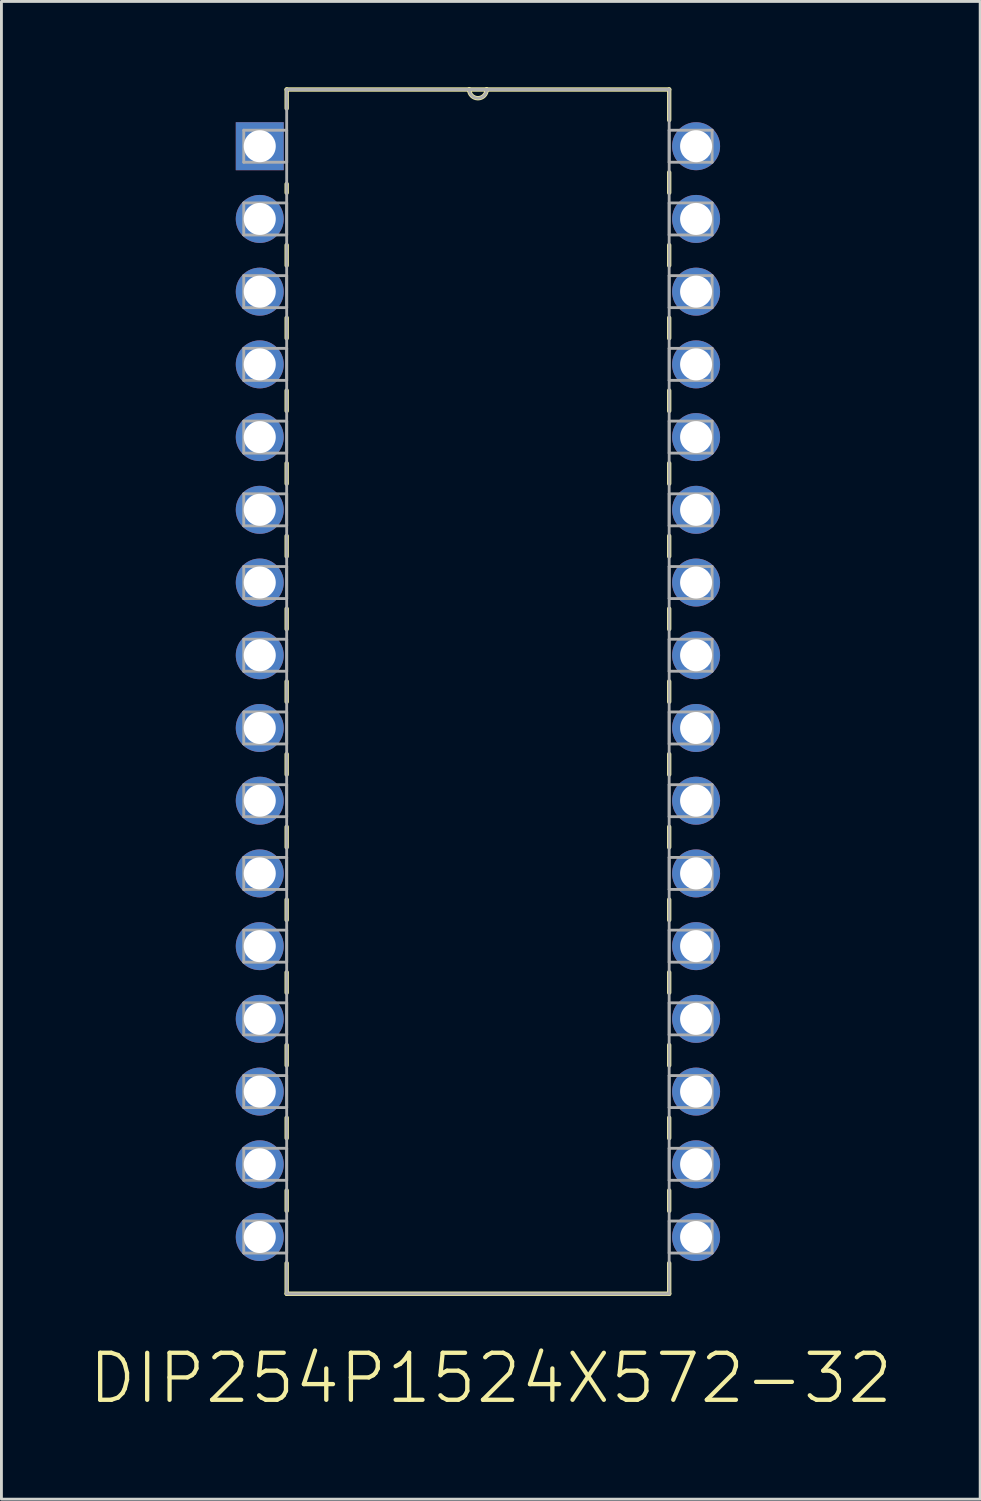
<source format=kicad_pcb>
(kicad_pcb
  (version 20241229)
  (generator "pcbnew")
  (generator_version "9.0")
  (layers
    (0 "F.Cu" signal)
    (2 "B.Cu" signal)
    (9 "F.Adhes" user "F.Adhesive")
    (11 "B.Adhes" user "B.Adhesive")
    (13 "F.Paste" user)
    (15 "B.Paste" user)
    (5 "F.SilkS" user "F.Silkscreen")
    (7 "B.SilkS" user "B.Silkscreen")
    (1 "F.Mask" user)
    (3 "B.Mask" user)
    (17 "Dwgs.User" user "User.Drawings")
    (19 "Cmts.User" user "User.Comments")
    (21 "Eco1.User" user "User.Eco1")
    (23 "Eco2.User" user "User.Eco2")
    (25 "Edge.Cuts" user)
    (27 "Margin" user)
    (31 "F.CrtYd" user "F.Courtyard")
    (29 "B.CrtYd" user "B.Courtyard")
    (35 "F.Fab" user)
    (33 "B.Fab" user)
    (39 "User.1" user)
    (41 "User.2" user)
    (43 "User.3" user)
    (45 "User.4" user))
  (footprint "DIP254P1524X572-32"
    (layer "F.Cu")
    (at 21.263 40.157)
    (property "Reference" "DIP254P1524X572-32" (at -7.17 4.933 0) (layer "F.SilkS") (effects (font (size 1.642 1.642) (thickness 0.15))))
    (attr through_hole)
    (fp_line (start -14.3 -40.081) (end -14.3 -39.421) (stroke (width 0.152) (type solid)) (layer "F.SilkS"))
    (fp_line (start -14.3 -36.779) (end -14.3 -36.474) (stroke (width 0.152) (type solid)) (layer "F.SilkS"))
    (fp_line (start -14.3 -34.646) (end -14.3 -33.934) (stroke (width 0.152) (type solid)) (layer "F.SilkS"))
    (fp_line (start -14.3 -32.106) (end -14.3 -31.394) (stroke (width 0.152) (type solid)) (layer "F.SilkS"))
    (fp_line (start -14.3 -29.566) (end -14.3 -28.854) (stroke (width 0.152) (type solid)) (layer "F.SilkS"))
    (fp_line (start -14.3 -27.026) (end -14.3 -26.314) (stroke (width 0.152) (type solid)) (layer "F.SilkS"))
    (fp_line (start -14.3 -24.486) (end -14.3 -23.774) (stroke (width 0.152) (type solid)) (layer "F.SilkS"))
    (fp_line (start -14.3 -21.946) (end -14.3 -21.234) (stroke (width 0.152) (type solid)) (layer "F.SilkS"))
    (fp_line (start -14.3 -19.406) (end -14.3 -18.694) (stroke (width 0.152) (type solid)) (layer "F.SilkS"))
    (fp_line (start -14.3 -16.866) (end -14.3 -16.154) (stroke (width 0.152) (type solid)) (layer "F.SilkS"))
    (fp_line (start -14.3 -14.326) (end -14.3 -13.614) (stroke (width 0.152) (type solid)) (layer "F.SilkS"))
    (fp_line (start -14.3 -11.786) (end -14.3 -11.074) (stroke (width 0.152) (type solid)) (layer "F.SilkS"))
    (fp_line (start -14.3 -9.246) (end -14.3 -8.534) (stroke (width 0.152) (type solid)) (layer "F.SilkS"))
    (fp_line (start -14.3 -6.706) (end -14.3 -5.994) (stroke (width 0.152) (type solid)) (layer "F.SilkS"))
    (fp_line (start -14.3 -4.166) (end -14.3 -3.454) (stroke (width 0.152) (type solid)) (layer "F.SilkS"))
    (fp_line (start -14.3 -1.626) (end -14.3 -0.914) (stroke (width 0.152) (type solid)) (layer "F.SilkS"))
    (fp_line (start -14.3 0.914) (end -14.3 1.981) (stroke (width 0.152) (type solid)) (layer "F.SilkS"))
    (fp_line (start -14.3 1.981) (end -0.94 1.981) (stroke (width 0.152) (type solid)) (layer "F.SilkS"))
    (fp_line (start -7.925 -40.081) (end -14.3 -40.081) (stroke (width 0.152) (type solid)) (layer "F.SilkS"))
    (fp_line (start -7.315 -40.081) (end -7.925 -40.081) (stroke (width 0.152) (type solid)) (layer "F.SilkS"))
    (fp_line (start -0.94 -40.081) (end -7.315 -40.081) (stroke (width 0.152) (type solid)) (layer "F.SilkS"))
    (fp_line (start -0.94 -39.014) (end -0.94 -40.081) (stroke (width 0.152) (type solid)) (layer "F.SilkS"))
    (fp_line (start -0.94 -36.474) (end -0.94 -37.186) (stroke (width 0.152) (type solid)) (layer "F.SilkS"))
    (fp_line (start -0.94 -33.934) (end -0.94 -34.646) (stroke (width 0.152) (type solid)) (layer "F.SilkS"))
    (fp_line (start -0.94 -31.394) (end -0.94 -32.106) (stroke (width 0.152) (type solid)) (layer "F.SilkS"))
    (fp_line (start -0.94 -28.854) (end -0.94 -29.566) (stroke (width 0.152) (type solid)) (layer "F.SilkS"))
    (fp_line (start -0.94 -26.314) (end -0.94 -27.026) (stroke (width 0.152) (type solid)) (layer "F.SilkS"))
    (fp_line (start -0.94 -23.774) (end -0.94 -24.486) (stroke (width 0.152) (type solid)) (layer "F.SilkS"))
    (fp_line (start -0.94 -21.234) (end -0.94 -21.946) (stroke (width 0.152) (type solid)) (layer "F.SilkS"))
    (fp_line (start -0.94 -18.694) (end -0.94 -19.406) (stroke (width 0.152) (type solid)) (layer "F.SilkS"))
    (fp_line (start -0.94 -16.154) (end -0.94 -16.866) (stroke (width 0.152) (type solid)) (layer "F.SilkS"))
    (fp_line (start -0.94 -13.614) (end -0.94 -14.326) (stroke (width 0.152) (type solid)) (layer "F.SilkS"))
    (fp_line (start -0.94 -11.074) (end -0.94 -11.786) (stroke (width 0.152) (type solid)) (layer "F.SilkS"))
    (fp_line (start -0.94 -8.534) (end -0.94 -9.246) (stroke (width 0.152) (type solid)) (layer "F.SilkS"))
    (fp_line (start -0.94 -5.994) (end -0.94 -6.706) (stroke (width 0.152) (type solid)) (layer "F.SilkS"))
    (fp_line (start -0.94 -3.454) (end -0.94 -4.166) (stroke (width 0.152) (type solid)) (layer "F.SilkS"))
    (fp_line (start -0.94 -0.914) (end -0.94 -1.626) (stroke (width 0.152) (type solid)) (layer "F.SilkS"))
    (fp_line (start -0.94 1.981) (end -0.94 0.914) (stroke (width 0.152) (type solid)) (layer "F.SilkS"))
    (fp_arc (start -7.3152 -40.0812) (mid -7.62 -39.7764) (end -7.9248 -40.0812) (stroke (width 0.1524) (type solid)) (layer "F.SilkS"))
    (fp_line (start -15.799 -38.659) (end -15.799 -37.541) (stroke (width 0.1) (type solid)) (layer "F.Fab"))
    (fp_line (start -15.799 -37.541) (end -14.3 -37.541) (stroke (width 0.1) (type solid)) (layer "F.Fab"))
    (fp_line (start -15.799 -36.119) (end -15.799 -35.001) (stroke (width 0.1) (type solid)) (layer "F.Fab"))
    (fp_line (start -15.799 -35.001) (end -14.3 -35.001) (stroke (width 0.1) (type solid)) (layer "F.Fab"))
    (fp_line (start -15.799 -33.579) (end -15.799 -32.461) (stroke (width 0.1) (type solid)) (layer "F.Fab"))
    (fp_line (start -15.799 -32.461) (end -14.3 -32.461) (stroke (width 0.1) (type solid)) (layer "F.Fab"))
    (fp_line (start -15.799 -31.039) (end -15.799 -29.921) (stroke (width 0.1) (type solid)) (layer "F.Fab"))
    (fp_line (start -15.799 -29.921) (end -14.3 -29.921) (stroke (width 0.1) (type solid)) (layer "F.Fab"))
    (fp_line (start -15.799 -28.499) (end -15.799 -27.381) (stroke (width 0.1) (type solid)) (layer "F.Fab"))
    (fp_line (start -15.799 -27.381) (end -14.3 -27.381) (stroke (width 0.1) (type solid)) (layer "F.Fab"))
    (fp_line (start -15.799 -25.959) (end -15.799 -24.841) (stroke (width 0.1) (type solid)) (layer "F.Fab"))
    (fp_line (start -15.799 -24.841) (end -14.3 -24.841) (stroke (width 0.1) (type solid)) (layer "F.Fab"))
    (fp_line (start -15.799 -23.419) (end -15.799 -22.301) (stroke (width 0.1) (type solid)) (layer "F.Fab"))
    (fp_line (start -15.799 -22.301) (end -14.3 -22.301) (stroke (width 0.1) (type solid)) (layer "F.Fab"))
    (fp_line (start -15.799 -20.879) (end -15.799 -19.761) (stroke (width 0.1) (type solid)) (layer "F.Fab"))
    (fp_line (start -15.799 -19.761) (end -14.3 -19.761) (stroke (width 0.1) (type solid)) (layer "F.Fab"))
    (fp_line (start -15.799 -18.339) (end -15.799 -17.221) (stroke (width 0.1) (type solid)) (layer "F.Fab"))
    (fp_line (start -15.799 -17.221) (end -14.3 -17.221) (stroke (width 0.1) (type solid)) (layer "F.Fab"))
    (fp_line (start -15.799 -15.799) (end -15.799 -14.681) (stroke (width 0.1) (type solid)) (layer "F.Fab"))
    (fp_line (start -15.799 -14.681) (end -14.3 -14.681) (stroke (width 0.1) (type solid)) (layer "F.Fab"))
    (fp_line (start -15.799 -13.259) (end -15.799 -12.141) (stroke (width 0.1) (type solid)) (layer "F.Fab"))
    (fp_line (start -15.799 -12.141) (end -14.3 -12.141) (stroke (width 0.1) (type solid)) (layer "F.Fab"))
    (fp_line (start -15.799 -10.719) (end -15.799 -9.601) (stroke (width 0.1) (type solid)) (layer "F.Fab"))
    (fp_line (start -15.799 -9.601) (end -14.3 -9.601) (stroke (width 0.1) (type solid)) (layer "F.Fab"))
    (fp_line (start -15.799 -8.179) (end -15.799 -7.061) (stroke (width 0.1) (type solid)) (layer "F.Fab"))
    (fp_line (start -15.799 -7.061) (end -14.3 -7.061) (stroke (width 0.1) (type solid)) (layer "F.Fab"))
    (fp_line (start -15.799 -5.639) (end -15.799 -4.521) (stroke (width 0.1) (type solid)) (layer "F.Fab"))
    (fp_line (start -15.799 -4.521) (end -14.3 -4.521) (stroke (width 0.1) (type solid)) (layer "F.Fab"))
    (fp_line (start -15.799 -3.099) (end -15.799 -1.981) (stroke (width 0.1) (type solid)) (layer "F.Fab"))
    (fp_line (start -15.799 -1.981) (end -14.3 -1.981) (stroke (width 0.1) (type solid)) (layer "F.Fab"))
    (fp_line (start -15.799 -0.559) (end -15.799 0.559) (stroke (width 0.1) (type solid)) (layer "F.Fab"))
    (fp_line (start -15.799 0.559) (end -14.3 0.559) (stroke (width 0.1) (type solid)) (layer "F.Fab"))
    (fp_line (start -14.3 -40.081) (end -14.3 1.981) (stroke (width 0.1) (type solid)) (layer "F.Fab"))
    (fp_line (start -14.3 -38.659) (end -15.799 -38.659) (stroke (width 0.1) (type solid)) (layer "F.Fab"))
    (fp_line (start -14.3 -37.541) (end -14.3 -38.659) (stroke (width 0.1) (type solid)) (layer "F.Fab"))
    (fp_line (start -14.3 -36.119) (end -15.799 -36.119) (stroke (width 0.1) (type solid)) (layer "F.Fab"))
    (fp_line (start -14.3 -35.001) (end -14.3 -36.119) (stroke (width 0.1) (type solid)) (layer "F.Fab"))
    (fp_line (start -14.3 -33.579) (end -15.799 -33.579) (stroke (width 0.1) (type solid)) (layer "F.Fab"))
    (fp_line (start -14.3 -32.461) (end -14.3 -33.579) (stroke (width 0.1) (type solid)) (layer "F.Fab"))
    (fp_line (start -14.3 -31.039) (end -15.799 -31.039) (stroke (width 0.1) (type solid)) (layer "F.Fab"))
    (fp_line (start -14.3 -29.921) (end -14.3 -31.039) (stroke (width 0.1) (type solid)) (layer "F.Fab"))
    (fp_line (start -14.3 -28.499) (end -15.799 -28.499) (stroke (width 0.1) (type solid)) (layer "F.Fab"))
    (fp_line (start -14.3 -27.381) (end -14.3 -28.499) (stroke (width 0.1) (type solid)) (layer "F.Fab"))
    (fp_line (start -14.3 -25.959) (end -15.799 -25.959) (stroke (width 0.1) (type solid)) (layer "F.Fab"))
    (fp_line (start -14.3 -24.841) (end -14.3 -25.959) (stroke (width 0.1) (type solid)) (layer "F.Fab"))
    (fp_line (start -14.3 -23.419) (end -15.799 -23.419) (stroke (width 0.1) (type solid)) (layer "F.Fab"))
    (fp_line (start -14.3 -22.301) (end -14.3 -23.419) (stroke (width 0.1) (type solid)) (layer "F.Fab"))
    (fp_line (start -14.3 -20.879) (end -15.799 -20.879) (stroke (width 0.1) (type solid)) (layer "F.Fab"))
    (fp_line (start -14.3 -19.761) (end -14.3 -20.879) (stroke (width 0.1) (type solid)) (layer "F.Fab"))
    (fp_line (start -14.3 -18.339) (end -15.799 -18.339) (stroke (width 0.1) (type solid)) (layer "F.Fab"))
    (fp_line (start -14.3 -17.221) (end -14.3 -18.339) (stroke (width 0.1) (type solid)) (layer "F.Fab"))
    (fp_line (start -14.3 -15.799) (end -15.799 -15.799) (stroke (width 0.1) (type solid)) (layer "F.Fab"))
    (fp_line (start -14.3 -14.681) (end -14.3 -15.799) (stroke (width 0.1) (type solid)) (layer "F.Fab"))
    (fp_line (start -14.3 -13.259) (end -15.799 -13.259) (stroke (width 0.1) (type solid)) (layer "F.Fab"))
    (fp_line (start -14.3 -12.141) (end -14.3 -13.259) (stroke (width 0.1) (type solid)) (layer "F.Fab"))
    (fp_line (start -14.3 -10.719) (end -15.799 -10.719) (stroke (width 0.1) (type solid)) (layer "F.Fab"))
    (fp_line (start -14.3 -9.601) (end -14.3 -10.719) (stroke (width 0.1) (type solid)) (layer "F.Fab"))
    (fp_line (start -14.3 -8.179) (end -15.799 -8.179) (stroke (width 0.1) (type solid)) (layer "F.Fab"))
    (fp_line (start -14.3 -7.061) (end -14.3 -8.179) (stroke (width 0.1) (type solid)) (layer "F.Fab"))
    (fp_line (start -14.3 -5.639) (end -15.799 -5.639) (stroke (width 0.1) (type solid)) (layer "F.Fab"))
    (fp_line (start -14.3 -4.521) (end -14.3 -5.639) (stroke (width 0.1) (type solid)) (layer "F.Fab"))
    (fp_line (start -14.3 -3.099) (end -15.799 -3.099) (stroke (width 0.1) (type solid)) (layer "F.Fab"))
    (fp_line (start -14.3 -1.981) (end -14.3 -3.099) (stroke (width 0.1) (type solid)) (layer "F.Fab"))
    (fp_line (start -14.3 -0.559) (end -15.799 -0.559) (stroke (width 0.1) (type solid)) (layer "F.Fab"))
    (fp_line (start -14.3 0.559) (end -14.3 -0.559) (stroke (width 0.1) (type solid)) (layer "F.Fab"))
    (fp_line (start -14.3 1.981) (end -0.94 1.981) (stroke (width 0.1) (type solid)) (layer "F.Fab"))
    (fp_line (start -7.925 -40.081) (end -14.3 -40.081) (stroke (width 0.1) (type solid)) (layer "F.Fab"))
    (fp_line (start -7.315 -40.081) (end -7.925 -40.081) (stroke (width 0.1) (type solid)) (layer "F.Fab"))
    (fp_line (start -0.94 -40.081) (end -7.315 -40.081) (stroke (width 0.1) (type solid)) (layer "F.Fab"))
    (fp_line (start -0.94 -38.659) (end -0.94 -37.541) (stroke (width 0.1) (type solid)) (layer "F.Fab"))
    (fp_line (start -0.94 -37.541) (end 0.559 -37.541) (stroke (width 0.1) (type solid)) (layer "F.Fab"))
    (fp_line (start -0.94 -36.119) (end -0.94 -35.001) (stroke (width 0.1) (type solid)) (layer "F.Fab"))
    (fp_line (start -0.94 -35.001) (end 0.559 -35.001) (stroke (width 0.1) (type solid)) (layer "F.Fab"))
    (fp_line (start -0.94 -33.579) (end -0.94 -32.461) (stroke (width 0.1) (type solid)) (layer "F.Fab"))
    (fp_line (start -0.94 -32.461) (end 0.559 -32.461) (stroke (width 0.1) (type solid)) (layer "F.Fab"))
    (fp_line (start -0.94 -31.039) (end -0.94 -29.921) (stroke (width 0.1) (type solid)) (layer "F.Fab"))
    (fp_line (start -0.94 -29.921) (end 0.559 -29.921) (stroke (width 0.1) (type solid)) (layer "F.Fab"))
    (fp_line (start -0.94 -28.499) (end -0.94 -27.381) (stroke (width 0.1) (type solid)) (layer "F.Fab"))
    (fp_line (start -0.94 -27.381) (end 0.559 -27.381) (stroke (width 0.1) (type solid)) (layer "F.Fab"))
    (fp_line (start -0.94 -25.959) (end -0.94 -24.841) (stroke (width 0.1) (type solid)) (layer "F.Fab"))
    (fp_line (start -0.94 -24.841) (end 0.559 -24.841) (stroke (width 0.1) (type solid)) (layer "F.Fab"))
    (fp_line (start -0.94 -23.419) (end -0.94 -22.301) (stroke (width 0.1) (type solid)) (layer "F.Fab"))
    (fp_line (start -0.94 -22.301) (end 0.559 -22.301) (stroke (width 0.1) (type solid)) (layer "F.Fab"))
    (fp_line (start -0.94 -20.879) (end -0.94 -19.761) (stroke (width 0.1) (type solid)) (layer "F.Fab"))
    (fp_line (start -0.94 -19.761) (end 0.559 -19.761) (stroke (width 0.1) (type solid)) (layer "F.Fab"))
    (fp_line (start -0.94 -18.339) (end -0.94 -17.221) (stroke (width 0.1) (type solid)) (layer "F.Fab"))
    (fp_line (start -0.94 -17.221) (end 0.559 -17.221) (stroke (width 0.1) (type solid)) (layer "F.Fab"))
    (fp_line (start -0.94 -15.799) (end -0.94 -14.681) (stroke (width 0.1) (type solid)) (layer "F.Fab"))
    (fp_line (start -0.94 -14.681) (end 0.559 -14.681) (stroke (width 0.1) (type solid)) (layer "F.Fab"))
    (fp_line (start -0.94 -13.259) (end -0.94 -12.141) (stroke (width 0.1) (type solid)) (layer "F.Fab"))
    (fp_line (start -0.94 -12.141) (end 0.559 -12.141) (stroke (width 0.1) (type solid)) (layer "F.Fab"))
    (fp_line (start -0.94 -10.719) (end -0.94 -9.601) (stroke (width 0.1) (type solid)) (layer "F.Fab"))
    (fp_line (start -0.94 -9.601) (end 0.559 -9.601) (stroke (width 0.1) (type solid)) (layer "F.Fab"))
    (fp_line (start -0.94 -8.179) (end -0.94 -7.061) (stroke (width 0.1) (type solid)) (layer "F.Fab"))
    (fp_line (start -0.94 -7.061) (end 0.559 -7.061) (stroke (width 0.1) (type solid)) (layer "F.Fab"))
    (fp_line (start -0.94 -5.639) (end -0.94 -4.521) (stroke (width 0.1) (type solid)) (layer "F.Fab"))
    (fp_line (start -0.94 -4.521) (end 0.559 -4.521) (stroke (width 0.1) (type solid)) (layer "F.Fab"))
    (fp_line (start -0.94 -3.099) (end -0.94 -1.981) (stroke (width 0.1) (type solid)) (layer "F.Fab"))
    (fp_line (start -0.94 -1.981) (end 0.559 -1.981) (stroke (width 0.1) (type solid)) (layer "F.Fab"))
    (fp_line (start -0.94 -0.559) (end -0.94 0.559) (stroke (width 0.1) (type solid)) (layer "F.Fab"))
    (fp_line (start -0.94 0.559) (end 0.559 0.559) (stroke (width 0.1) (type solid)) (layer "F.Fab"))
    (fp_line (start -0.94 1.981) (end -0.94 -40.081) (stroke (width 0.1) (type solid)) (layer "F.Fab"))
    (fp_line (start 0.559 -38.659) (end -0.94 -38.659) (stroke (width 0.1) (type solid)) (layer "F.Fab"))
    (fp_line (start 0.559 -37.541) (end 0.559 -38.659) (stroke (width 0.1) (type solid)) (layer "F.Fab"))
    (fp_line (start 0.559 -36.119) (end -0.94 -36.119) (stroke (width 0.1) (type solid)) (layer "F.Fab"))
    (fp_line (start 0.559 -35.001) (end 0.559 -36.119) (stroke (width 0.1) (type solid)) (layer "F.Fab"))
    (fp_line (start 0.559 -33.579) (end -0.94 -33.579) (stroke (width 0.1) (type solid)) (layer "F.Fab"))
    (fp_line (start 0.559 -32.461) (end 0.559 -33.579) (stroke (width 0.1) (type solid)) (layer "F.Fab"))
    (fp_line (start 0.559 -31.039) (end -0.94 -31.039) (stroke (width 0.1) (type solid)) (layer "F.Fab"))
    (fp_line (start 0.559 -29.921) (end 0.559 -31.039) (stroke (width 0.1) (type solid)) (layer "F.Fab"))
    (fp_line (start 0.559 -28.499) (end -0.94 -28.499) (stroke (width 0.1) (type solid)) (layer "F.Fab"))
    (fp_line (start 0.559 -27.381) (end 0.559 -28.499) (stroke (width 0.1) (type solid)) (layer "F.Fab"))
    (fp_line (start 0.559 -25.959) (end -0.94 -25.959) (stroke (width 0.1) (type solid)) (layer "F.Fab"))
    (fp_line (start 0.559 -24.841) (end 0.559 -25.959) (stroke (width 0.1) (type solid)) (layer "F.Fab"))
    (fp_line (start 0.559 -23.419) (end -0.94 -23.419) (stroke (width 0.1) (type solid)) (layer "F.Fab"))
    (fp_line (start 0.559 -22.301) (end 0.559 -23.419) (stroke (width 0.1) (type solid)) (layer "F.Fab"))
    (fp_line (start 0.559 -20.879) (end -0.94 -20.879) (stroke (width 0.1) (type solid)) (layer "F.Fab"))
    (fp_line (start 0.559 -19.761) (end 0.559 -20.879) (stroke (width 0.1) (type solid)) (layer "F.Fab"))
    (fp_line (start 0.559 -18.339) (end -0.94 -18.339) (stroke (width 0.1) (type solid)) (layer "F.Fab"))
    (fp_line (start 0.559 -17.221) (end 0.559 -18.339) (stroke (width 0.1) (type solid)) (layer "F.Fab"))
    (fp_line (start 0.559 -15.799) (end -0.94 -15.799) (stroke (width 0.1) (type solid)) (layer "F.Fab"))
    (fp_line (start 0.559 -14.681) (end 0.559 -15.799) (stroke (width 0.1) (type solid)) (layer "F.Fab"))
    (fp_line (start 0.559 -13.259) (end -0.94 -13.259) (stroke (width 0.1) (type solid)) (layer "F.Fab"))
    (fp_line (start 0.559 -12.141) (end 0.559 -13.259) (stroke (width 0.1) (type solid)) (layer "F.Fab"))
    (fp_line (start 0.559 -10.719) (end -0.94 -10.719) (stroke (width 0.1) (type solid)) (layer "F.Fab"))
    (fp_line (start 0.559 -9.601) (end 0.559 -10.719) (stroke (width 0.1) (type solid)) (layer "F.Fab"))
    (fp_line (start 0.559 -8.179) (end -0.94 -8.179) (stroke (width 0.1) (type solid)) (layer "F.Fab"))
    (fp_line (start 0.559 -7.061) (end 0.559 -8.179) (stroke (width 0.1) (type solid)) (layer "F.Fab"))
    (fp_line (start 0.559 -5.639) (end -0.94 -5.639) (stroke (width 0.1) (type solid)) (layer "F.Fab"))
    (fp_line (start 0.559 -4.521) (end 0.559 -5.639) (stroke (width 0.1) (type solid)) (layer "F.Fab"))
    (fp_line (start 0.559 -3.099) (end -0.94 -3.099) (stroke (width 0.1) (type solid)) (layer "F.Fab"))
    (fp_line (start 0.559 -1.981) (end 0.559 -3.099) (stroke (width 0.1) (type solid)) (layer "F.Fab"))
    (fp_line (start 0.559 -0.559) (end -0.94 -0.559) (stroke (width 0.1) (type solid)) (layer "F.Fab"))
    (fp_line (start 0.559 0.559) (end 0.559 -0.559) (stroke (width 0.1) (type solid)) (layer "F.Fab"))
    (fp_arc (start -7.3152 -40.0812) (mid -7.62 -39.7764) (end -7.9248 -40.0812) (stroke (width 0.1) (type solid)) (layer "F.Fab"))
    (pad "1" thru_hole rect (at -15.24 -38.1) (size 1.676 1.676) (drill 1.118) (layers "*.Cu" "*.Mask"))
    (pad "2" thru_hole circle (at -15.24 -35.56) (size 1.676 1.676) (drill 1.118) (layers "*.Cu" "*.Mask"))
    (pad "3" thru_hole circle (at -15.24 -33.02) (size 1.676 1.676) (drill 1.118) (layers "*.Cu" "*.Mask"))
    (pad "4" thru_hole circle (at -15.24 -30.48) (size 1.676 1.676) (drill 1.118) (layers "*.Cu" "*.Mask"))
    (pad "5" thru_hole circle (at -15.24 -27.94) (size 1.676 1.676) (drill 1.118) (layers "*.Cu" "*.Mask"))
    (pad "6" thru_hole circle (at -15.24 -25.4) (size 1.676 1.676) (drill 1.118) (layers "*.Cu" "*.Mask"))
    (pad "7" thru_hole circle (at -15.24 -22.86) (size 1.676 1.676) (drill 1.118) (layers "*.Cu" "*.Mask"))
    (pad "8" thru_hole circle (at -15.24 -20.32) (size 1.676 1.676) (drill 1.118) (layers "*.Cu" "*.Mask"))
    (pad "9" thru_hole circle (at -15.24 -17.78) (size 1.676 1.676) (drill 1.118) (layers "*.Cu" "*.Mask"))
    (pad "10" thru_hole circle (at -15.24 -15.24) (size 1.676 1.676) (drill 1.118) (layers "*.Cu" "*.Mask"))
    (pad "11" thru_hole circle (at -15.24 -12.7) (size 1.676 1.676) (drill 1.118) (layers "*.Cu" "*.Mask"))
    (pad "12" thru_hole circle (at -15.24 -10.16) (size 1.676 1.676) (drill 1.118) (layers "*.Cu" "*.Mask"))
    (pad "13" thru_hole circle (at -15.24 -7.62) (size 1.676 1.676) (drill 1.118) (layers "*.Cu" "*.Mask"))
    (pad "14" thru_hole circle (at -15.24 -5.08) (size 1.676 1.676) (drill 1.118) (layers "*.Cu" "*.Mask"))
    (pad "15" thru_hole circle (at -15.24 -2.54) (size 1.676 1.676) (drill 1.118) (layers "*.Cu" "*.Mask"))
    (pad "16" thru_hole circle (at -15.24 0) (size 1.676 1.676) (drill 1.118) (layers "*.Cu" "*.Mask"))
    (pad "17" thru_hole circle (at 0 0) (size 1.676 1.676) (drill 1.118) (layers "*.Cu" "*.Mask"))
    (pad "18" thru_hole circle (at 0 -2.54) (size 1.676 1.676) (drill 1.118) (layers "*.Cu" "*.Mask"))
    (pad "19" thru_hole circle (at 0 -5.08) (size 1.676 1.676) (drill 1.118) (layers "*.Cu" "*.Mask"))
    (pad "20" thru_hole circle (at 0 -7.62) (size 1.676 1.676) (drill 1.118) (layers "*.Cu" "*.Mask"))
    (pad "21" thru_hole circle (at 0 -10.16) (size 1.676 1.676) (drill 1.118) (layers "*.Cu" "*.Mask"))
    (pad "22" thru_hole circle (at 0 -12.7) (size 1.676 1.676) (drill 1.118) (layers "*.Cu" "*.Mask"))
    (pad "23" thru_hole circle (at 0 -15.24) (size 1.676 1.676) (drill 1.118) (layers "*.Cu" "*.Mask"))
    (pad "24" thru_hole circle (at 0 -17.78) (size 1.676 1.676) (drill 1.118) (layers "*.Cu" "*.Mask"))
    (pad "25" thru_hole circle (at 0 -20.32) (size 1.676 1.676) (drill 1.118) (layers "*.Cu" "*.Mask"))
    (pad "26" thru_hole circle (at 0 -22.86) (size 1.676 1.676) (drill 1.118) (layers "*.Cu" "*.Mask"))
    (pad "27" thru_hole circle (at 0 -25.4) (size 1.676 1.676) (drill 1.118) (layers "*.Cu" "*.Mask"))
    (pad "28" thru_hole circle (at 0 -27.94) (size 1.676 1.676) (drill 1.118) (layers "*.Cu" "*.Mask"))
    (pad "29" thru_hole circle (at 0 -30.48) (size 1.676 1.676) (drill 1.118) (layers "*.Cu" "*.Mask"))
    (pad "30" thru_hole circle (at 0 -33.02) (size 1.676 1.676) (drill 1.118) (layers "*.Cu" "*.Mask"))
    (pad "31" thru_hole circle (at 0 -35.56) (size 1.676 1.676) (drill 1.118) (layers "*.Cu" "*.Mask"))
    (pad "32" thru_hole circle (at 0 -38.1) (size 1.676 1.676) (drill 1.118) (layers "*.Cu" "*.Mask")))
  (gr_rect
    (start -3 -3)
    (end 31.186 49.314)
    (stroke (width 0.1) (type default))
    (fill no)
    (layer "Edge.Cuts")))
</source>
